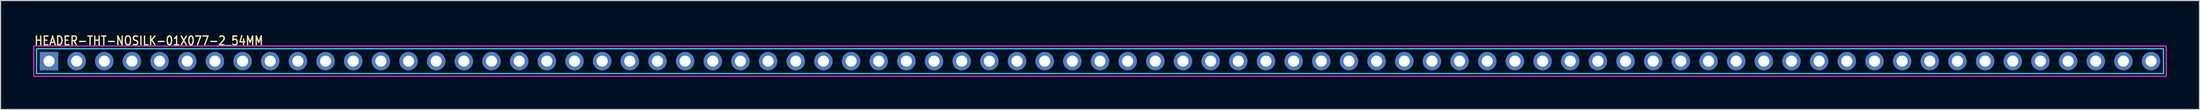
<source format=kicad_pcb>
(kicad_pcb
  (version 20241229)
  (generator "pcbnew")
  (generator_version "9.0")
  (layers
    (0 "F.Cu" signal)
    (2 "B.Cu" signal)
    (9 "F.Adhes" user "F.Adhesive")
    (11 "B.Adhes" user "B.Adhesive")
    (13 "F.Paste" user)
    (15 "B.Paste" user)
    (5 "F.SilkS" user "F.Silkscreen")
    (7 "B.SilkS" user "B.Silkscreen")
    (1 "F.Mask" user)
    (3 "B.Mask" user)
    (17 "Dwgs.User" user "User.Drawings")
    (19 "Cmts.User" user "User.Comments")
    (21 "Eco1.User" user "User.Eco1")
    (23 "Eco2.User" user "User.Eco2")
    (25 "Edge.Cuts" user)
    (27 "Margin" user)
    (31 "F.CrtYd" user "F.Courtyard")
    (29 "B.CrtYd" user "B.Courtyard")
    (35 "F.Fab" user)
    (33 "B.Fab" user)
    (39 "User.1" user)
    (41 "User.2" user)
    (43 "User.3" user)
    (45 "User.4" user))
  (footprint "HEADER-THT-NOSILK-01X077-2_54MM"
    (layer "F.Cu")
    (at 1.447 2.579)
    (property "Reference" "HEADER-THT-NOSILK-01X077-2_54MM" (at -1.4 -1.4 0) (unlocked yes) (layer "F.SilkS") (effects (font (size 0.813 0.695) (thickness 0.122)) (justify left bottom)))
    (fp_poly (pts (xy -1.143 -1.143) (xy 194.183 -1.143) (xy 194.183 1.143) (xy -1.143 1.143)) (stroke (width 0.1) (type solid)) (fill no) (layer "B.CrtYd"))
    (fp_poly (pts (xy -1.397 -1.397) (xy 194.437 -1.397) (xy 194.437 1.397) (xy -1.397 1.397)) (stroke (width 0.1) (type solid)) (fill no) (layer "F.CrtYd"))
    (pad "P$1" thru_hole rect (at 0 0) (size 1.693 1.693) (drill 1.016) (layers "*.Cu" "*.Mask"))
    (pad "P$2" thru_hole oval (at 2.54 0) (size 1.693 1.693) (drill 1.016) (layers "*.Cu" "*.Mask"))
    (pad "P$3" thru_hole oval (at 5.08 0) (size 1.693 1.693) (drill 1.016) (layers "*.Cu" "*.Mask"))
    (pad "P$4" thru_hole oval (at 7.62 0) (size 1.693 1.693) (drill 1.016) (layers "*.Cu" "*.Mask"))
    (pad "P$5" thru_hole oval (at 10.16 0) (size 1.693 1.693) (drill 1.016) (layers "*.Cu" "*.Mask"))
    (pad "P$6" thru_hole oval (at 12.7 0) (size 1.693 1.693) (drill 1.016) (layers "*.Cu" "*.Mask"))
    (pad "P$7" thru_hole oval (at 15.24 0) (size 1.693 1.693) (drill 1.016) (layers "*.Cu" "*.Mask"))
    (pad "P$8" thru_hole oval (at 17.78 0) (size 1.693 1.693) (drill 1.016) (layers "*.Cu" "*.Mask"))
    (pad "P$9" thru_hole oval (at 20.32 0) (size 1.693 1.693) (drill 1.016) (layers "*.Cu" "*.Mask"))
    (pad "P$10" thru_hole oval (at 22.86 0) (size 1.693 1.693) (drill 1.016) (layers "*.Cu" "*.Mask"))
    (pad "P$11" thru_hole oval (at 25.4 0) (size 1.693 1.693) (drill 1.016) (layers "*.Cu" "*.Mask"))
    (pad "P$12" thru_hole oval (at 27.94 0) (size 1.693 1.693) (drill 1.016) (layers "*.Cu" "*.Mask"))
    (pad "P$13" thru_hole oval (at 30.48 0) (size 1.693 1.693) (drill 1.016) (layers "*.Cu" "*.Mask"))
    (pad "P$14" thru_hole oval (at 33.02 0) (size 1.693 1.693) (drill 1.016) (layers "*.Cu" "*.Mask"))
    (pad "P$15" thru_hole oval (at 35.56 0) (size 1.693 1.693) (drill 1.016) (layers "*.Cu" "*.Mask"))
    (pad "P$16" thru_hole oval (at 38.1 0) (size 1.693 1.693) (drill 1.016) (layers "*.Cu" "*.Mask"))
    (pad "P$17" thru_hole oval (at 40.64 0) (size 1.693 1.693) (drill 1.016) (layers "*.Cu" "*.Mask"))
    (pad "P$18" thru_hole oval (at 43.18 0) (size 1.693 1.693) (drill 1.016) (layers "*.Cu" "*.Mask"))
    (pad "P$19" thru_hole oval (at 45.72 0) (size 1.693 1.693) (drill 1.016) (layers "*.Cu" "*.Mask"))
    (pad "P$20" thru_hole oval (at 48.26 0) (size 1.693 1.693) (drill 1.016) (layers "*.Cu" "*.Mask"))
    (pad "P$21" thru_hole oval (at 50.8 0) (size 1.693 1.693) (drill 1.016) (layers "*.Cu" "*.Mask"))
    (pad "P$22" thru_hole oval (at 53.34 0) (size 1.693 1.693) (drill 1.016) (layers "*.Cu" "*.Mask"))
    (pad "P$23" thru_hole oval (at 55.88 0) (size 1.693 1.693) (drill 1.016) (layers "*.Cu" "*.Mask"))
    (pad "P$24" thru_hole oval (at 58.42 0) (size 1.693 1.693) (drill 1.016) (layers "*.Cu" "*.Mask"))
    (pad "P$25" thru_hole oval (at 60.96 0) (size 1.693 1.693) (drill 1.016) (layers "*.Cu" "*.Mask"))
    (pad "P$26" thru_hole oval (at 63.5 0) (size 1.693 1.693) (drill 1.016) (layers "*.Cu" "*.Mask"))
    (pad "P$27" thru_hole oval (at 66.04 0) (size 1.693 1.693) (drill 1.016) (layers "*.Cu" "*.Mask"))
    (pad "P$28" thru_hole oval (at 68.58 0) (size 1.693 1.693) (drill 1.016) (layers "*.Cu" "*.Mask"))
    (pad "P$29" thru_hole oval (at 71.12 0) (size 1.693 1.693) (drill 1.016) (layers "*.Cu" "*.Mask"))
    (pad "P$30" thru_hole oval (at 73.66 0) (size 1.693 1.693) (drill 1.016) (layers "*.Cu" "*.Mask"))
    (pad "P$31" thru_hole oval (at 76.2 0) (size 1.693 1.693) (drill 1.016) (layers "*.Cu" "*.Mask"))
    (pad "P$32" thru_hole oval (at 78.74 0) (size 1.693 1.693) (drill 1.016) (layers "*.Cu" "*.Mask"))
    (pad "P$33" thru_hole oval (at 81.28 0) (size 1.693 1.693) (drill 1.016) (layers "*.Cu" "*.Mask"))
    (pad "P$34" thru_hole oval (at 83.82 0) (size 1.693 1.693) (drill 1.016) (layers "*.Cu" "*.Mask"))
    (pad "P$35" thru_hole oval (at 86.36 0) (size 1.693 1.693) (drill 1.016) (layers "*.Cu" "*.Mask"))
    (pad "P$36" thru_hole oval (at 88.9 0) (size 1.693 1.693) (drill 1.016) (layers "*.Cu" "*.Mask"))
    (pad "P$37" thru_hole oval (at 91.44 0) (size 1.693 1.693) (drill 1.016) (layers "*.Cu" "*.Mask"))
    (pad "P$38" thru_hole oval (at 93.98 0) (size 1.693 1.693) (drill 1.016) (layers "*.Cu" "*.Mask"))
    (pad "P$39" thru_hole oval (at 96.52 0) (size 1.693 1.693) (drill 1.016) (layers "*.Cu" "*.Mask"))
    (pad "P$40" thru_hole oval (at 99.06 0) (size 1.693 1.693) (drill 1.016) (layers "*.Cu" "*.Mask"))
    (pad "P$41" thru_hole oval (at 101.6 0) (size 1.693 1.693) (drill 1.016) (layers "*.Cu" "*.Mask"))
    (pad "P$42" thru_hole oval (at 104.14 0) (size 1.693 1.693) (drill 1.016) (layers "*.Cu" "*.Mask"))
    (pad "P$43" thru_hole oval (at 106.68 0) (size 1.693 1.693) (drill 1.016) (layers "*.Cu" "*.Mask"))
    (pad "P$44" thru_hole oval (at 109.22 0) (size 1.693 1.693) (drill 1.016) (layers "*.Cu" "*.Mask"))
    (pad "P$45" thru_hole oval (at 111.76 0) (size 1.693 1.693) (drill 1.016) (layers "*.Cu" "*.Mask"))
    (pad "P$46" thru_hole oval (at 114.3 0) (size 1.693 1.693) (drill 1.016) (layers "*.Cu" "*.Mask"))
    (pad "P$47" thru_hole oval (at 116.84 0) (size 1.693 1.693) (drill 1.016) (layers "*.Cu" "*.Mask"))
    (pad "P$48" thru_hole oval (at 119.38 0) (size 1.693 1.693) (drill 1.016) (layers "*.Cu" "*.Mask"))
    (pad "P$49" thru_hole oval (at 121.92 0) (size 1.693 1.693) (drill 1.016) (layers "*.Cu" "*.Mask"))
    (pad "P$50" thru_hole oval (at 124.46 0) (size 1.693 1.693) (drill 1.016) (layers "*.Cu" "*.Mask"))
    (pad "P$51" thru_hole oval (at 127 0) (size 1.693 1.693) (drill 1.016) (layers "*.Cu" "*.Mask"))
    (pad "P$52" thru_hole oval (at 129.54 0) (size 1.693 1.693) (drill 1.016) (layers "*.Cu" "*.Mask"))
    (pad "P$53" thru_hole oval (at 132.08 0) (size 1.693 1.693) (drill 1.016) (layers "*.Cu" "*.Mask"))
    (pad "P$54" thru_hole oval (at 134.62 0) (size 1.693 1.693) (drill 1.016) (layers "*.Cu" "*.Mask"))
    (pad "P$55" thru_hole oval (at 137.16 0) (size 1.693 1.693) (drill 1.016) (layers "*.Cu" "*.Mask"))
    (pad "P$56" thru_hole oval (at 139.7 0) (size 1.693 1.693) (drill 1.016) (layers "*.Cu" "*.Mask"))
    (pad "P$57" thru_hole oval (at 142.24 0) (size 1.693 1.693) (drill 1.016) (layers "*.Cu" "*.Mask"))
    (pad "P$58" thru_hole oval (at 144.78 0) (size 1.693 1.693) (drill 1.016) (layers "*.Cu" "*.Mask"))
    (pad "P$59" thru_hole oval (at 147.32 0) (size 1.693 1.693) (drill 1.016) (layers "*.Cu" "*.Mask"))
    (pad "P$60" thru_hole oval (at 149.86 0) (size 1.693 1.693) (drill 1.016) (layers "*.Cu" "*.Mask"))
    (pad "P$61" thru_hole oval (at 152.4 0) (size 1.693 1.693) (drill 1.016) (layers "*.Cu" "*.Mask"))
    (pad "P$62" thru_hole oval (at 154.94 0) (size 1.693 1.693) (drill 1.016) (layers "*.Cu" "*.Mask"))
    (pad "P$63" thru_hole oval (at 157.48 0) (size 1.693 1.693) (drill 1.016) (layers "*.Cu" "*.Mask"))
    (pad "P$64" thru_hole oval (at 160.02 0) (size 1.693 1.693) (drill 1.016) (layers "*.Cu" "*.Mask"))
    (pad "P$65" thru_hole oval (at 162.56 0) (size 1.693 1.693) (drill 1.016) (layers "*.Cu" "*.Mask"))
    (pad "P$66" thru_hole oval (at 165.1 0) (size 1.693 1.693) (drill 1.016) (layers "*.Cu" "*.Mask"))
    (pad "P$67" thru_hole oval (at 167.64 0) (size 1.693 1.693) (drill 1.016) (layers "*.Cu" "*.Mask"))
    (pad "P$68" thru_hole oval (at 170.18 0) (size 1.693 1.693) (drill 1.016) (layers "*.Cu" "*.Mask"))
    (pad "P$69" thru_hole oval (at 172.72 0) (size 1.693 1.693) (drill 1.016) (layers "*.Cu" "*.Mask"))
    (pad "P$70" thru_hole oval (at 175.26 0) (size 1.693 1.693) (drill 1.016) (layers "*.Cu" "*.Mask"))
    (pad "P$71" thru_hole oval (at 177.8 0) (size 1.693 1.693) (drill 1.016) (layers "*.Cu" "*.Mask"))
    (pad "P$72" thru_hole oval (at 180.34 0) (size 1.693 1.693) (drill 1.016) (layers "*.Cu" "*.Mask"))
    (pad "P$73" thru_hole oval (at 182.88 0) (size 1.693 1.693) (drill 1.016) (layers "*.Cu" "*.Mask"))
    (pad "P$74" thru_hole oval (at 185.42 0) (size 1.693 1.693) (drill 1.016) (layers "*.Cu" "*.Mask"))
    (pad "P$75" thru_hole oval (at 187.96 0) (size 1.693 1.693) (drill 1.016) (layers "*.Cu" "*.Mask"))
    (pad "P$76" thru_hole oval (at 190.5 0) (size 1.693 1.693) (drill 1.016) (layers "*.Cu" "*.Mask"))
    (pad "P$77" thru_hole oval (at 193.04 0) (size 1.693 1.693) (drill 1.016) (layers "*.Cu" "*.Mask")))
  (gr_rect
    (start -3 -3)
    (end 198.934 7.026)
    (stroke (width 0.1) (type default))
    (fill no)
    (layer "Edge.Cuts")))
</source>
